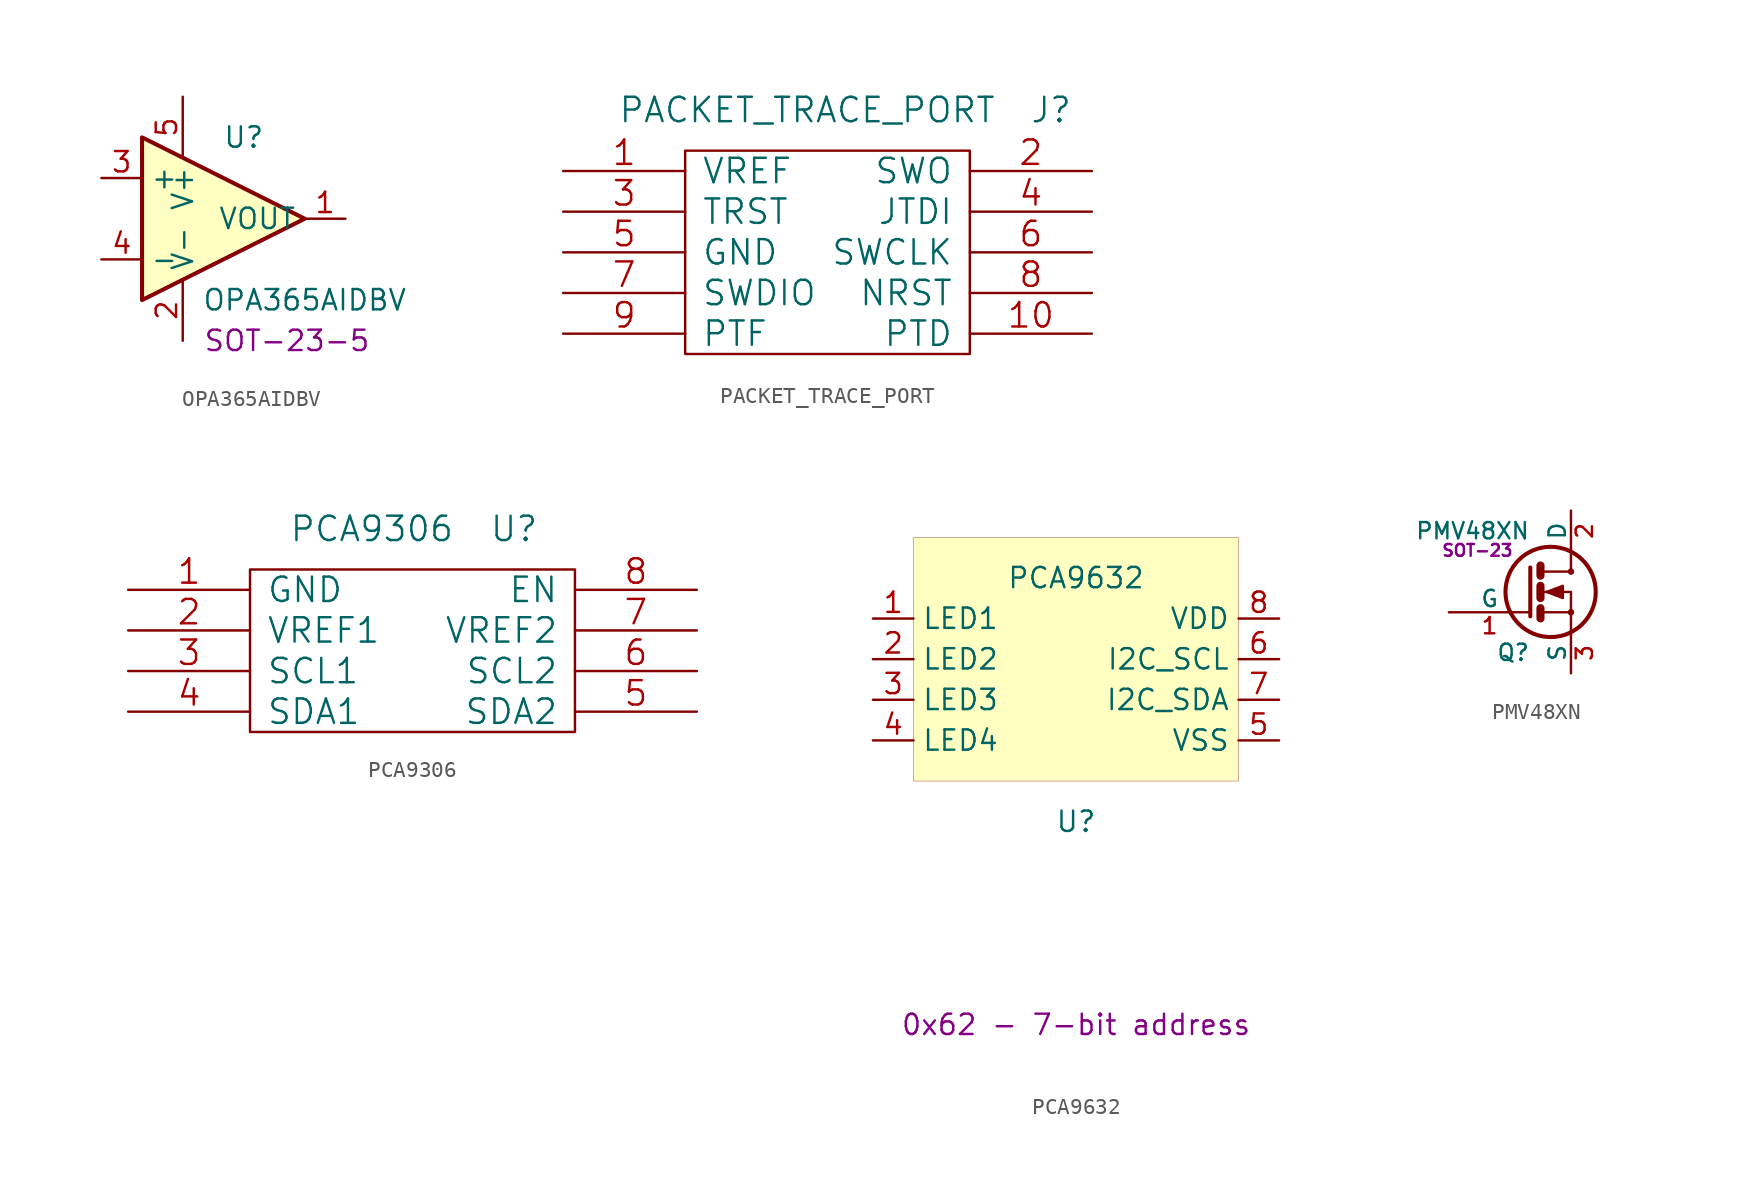
<source format=kicad_sym>
(kicad_symbol_lib
  (version 20211014)
  (generator kicad_symbol_editor)
  (symbol "OPA365AIDBV"
    (property "Reference" "U"
      (at 1.27 5.08 0)
      (effects (font (size 1.27 1.27))))
    (property "Value" "OPA365AIDBV"
      (at 5.08 -5.08 0)
      (effects (font (size 1.27 1.27))))
    (property "Footprint" "SOT-23-5"
      (at -1.27 -7.62 0)
      (effects (font (size 1.27 1.27)) (justify left)))
    (property "Datasheet" ""
      (at 1.27 5.08 0)
      (effects (font (size 1.27 1.27))))
    (symbol "OPA365AIDBV_0_1"
      (polyline (pts (xy -5.08 5.08) (xy 5.08 0) (xy -5.08 -5.08) (xy -5.08 5.08)) (stroke (width 0.254) (type default) (color 0 0 0 0)) (fill (type background))))
    (symbol "OPA365AIDBV_1_1"
      (pin output line (at 7.62 0 180) (length 2.54) (name "VOUT" (effects (font (size 1.27 1.27)))) (number "1" (effects (font (size 1.27 1.27)))))
      (pin input line (at -2.54 -7.62 90) (length 3.81) (name "V-" (effects (font (size 1.27 1.27)))) (number "2" (effects (font (size 1.27 1.27)))))
      (pin input line (at -7.62 2.54 0) (length 2.54) (name "+" (effects (font (size 1.27 1.27)))) (number "3" (effects (font (size 1.27 1.27)))))
      (pin input line (at -7.62 -2.54 0) (length 2.54) (name "-" (effects (font (size 1.27 1.27)))) (number "4" (effects (font (size 1.27 1.27)))))
      (pin input line (at -2.54 7.62 270) (length 3.81) (name "V+" (effects (font (size 1.27 1.27)))) (number "5" (effects (font (size 1.27 1.27)))))))
  (symbol "PACKET_TRACE_PORT"
    (pin_names
      (offset 1.016))
    (property "Reference" "J"
      (at 13.97 8.89 0)
      (effects (font (size 1.524 1.524))))
    (property "Value" "PACKET_TRACE_PORT"
      (at -1.27 8.89 0)
      (effects (font (size 1.524 1.524))))
    (property "Footprint" ""
      (at -1.27 8.89 0)
      (effects (font (size 1.524 1.524))))
    (property "Datasheet" ""
      (at -1.27 8.89 0)
      (effects (font (size 1.524 1.524))))
    (symbol "PACKET_TRACE_PORT_0_1"
      (rectangle (start -8.89 6.35) (end 8.89 -6.35) (stroke (width 0) (type default) (color 0 0 0 0)) (fill (type none))))
    (symbol "PACKET_TRACE_PORT_1_1"
      (pin input line (at -16.51 5.08 0) (length 7.62) (name "VREF" (effects (font (size 1.524 1.524)))) (number "1" (effects (font (size 1.524 1.524)))))
      (pin input line (at 16.51 -5.08 180) (length 7.62) (name "PTD" (effects (font (size 1.524 1.524)))) (number "10" (effects (font (size 1.524 1.524)))))
      (pin input line (at 16.51 5.08 180) (length 7.62) (name "SWO" (effects (font (size 1.524 1.524)))) (number "2" (effects (font (size 1.524 1.524)))))
      (pin input line (at -16.51 2.54 0) (length 7.62) (name "TRST" (effects (font (size 1.524 1.524)))) (number "3" (effects (font (size 1.524 1.524)))))
      (pin input line (at 16.51 2.54 180) (length 7.62) (name "JTDI" (effects (font (size 1.524 1.524)))) (number "4" (effects (font (size 1.524 1.524)))))
      (pin input line (at -16.51 0 0) (length 7.62) (name "GND" (effects (font (size 1.524 1.524)))) (number "5" (effects (font (size 1.524 1.524)))))
      (pin input line (at 16.51 0 180) (length 7.62) (name "SWCLK" (effects (font (size 1.524 1.524)))) (number "6" (effects (font (size 1.524 1.524)))))
      (pin input line (at -16.51 -2.54 0) (length 7.62) (name "SWDIO" (effects (font (size 1.524 1.524)))) (number "7" (effects (font (size 1.524 1.524)))))
      (pin input line (at 16.51 -2.54 180) (length 7.62) (name "NRST" (effects (font (size 1.524 1.524)))) (number "8" (effects (font (size 1.524 1.524)))))
      (pin input line (at -16.51 -5.08 0) (length 7.62) (name "PTF" (effects (font (size 1.524 1.524)))) (number "9" (effects (font (size 1.524 1.524)))))))
  (symbol "PCA9306"
    (pin_names
      (offset 1.016))
    (property "Reference" "U"
      (at 6.35 7.62 0)
      (effects (font (size 1.524 1.524))))
    (property "Value" "PCA9306"
      (at -2.54 7.62 0)
      (effects (font (size 1.524 1.524))))
    (property "Footprint" ""
      (at -2.54 7.62 0)
      (effects (font (size 1.524 1.524))))
    (property "Datasheet" ""
      (at -2.54 7.62 0)
      (effects (font (size 1.524 1.524))))
    (symbol "PCA9306_0_1"
      (rectangle (start -10.16 5.08) (end 10.16 -5.08) (stroke (width 0) (type default) (color 0 0 0 0)) (fill (type none))))
    (symbol "PCA9306_1_1"
      (pin input line (at -17.78 3.81 0) (length 7.62) (name "GND" (effects (font (size 1.524 1.524)))) (number "1" (effects (font (size 1.524 1.524)))))
      (pin input line (at -17.78 1.27 0) (length 7.62) (name "VREF1" (effects (font (size 1.524 1.524)))) (number "2" (effects (font (size 1.524 1.524)))))
      (pin input line (at -17.78 -1.27 0) (length 7.62) (name "SCL1" (effects (font (size 1.524 1.524)))) (number "3" (effects (font (size 1.524 1.524)))))
      (pin input line (at -17.78 -3.81 0) (length 7.62) (name "SDA1" (effects (font (size 1.524 1.524)))) (number "4" (effects (font (size 1.524 1.524)))))
      (pin input line (at 17.78 -3.81 180) (length 7.62) (name "SDA2" (effects (font (size 1.524 1.524)))) (number "5" (effects (font (size 1.524 1.524)))))
      (pin input line (at 17.78 -1.27 180) (length 7.62) (name "SCL2" (effects (font (size 1.524 1.524)))) (number "6" (effects (font (size 1.524 1.524)))))
      (pin input line (at 17.78 1.27 180) (length 7.62) (name "VREF2" (effects (font (size 1.524 1.524)))) (number "7" (effects (font (size 1.524 1.524)))))
      (pin input line (at 17.78 3.81 180) (length 7.62) (name "EN" (effects (font (size 1.524 1.524)))) (number "8" (effects (font (size 1.524 1.524)))))))
  (symbol "PCA9632"
    (property "Reference" "U"
      (at 0 -10.16 0)
      (effects (font (size 1.27 1.27))))
    (property "Value" "PCA9632"
      (at 0 5.08 0)
      (effects (font (size 1.27 1.27))))
    (property "Address" "0x62 - 7-bit address"
      (at 0 -22.86 0)
      (effects (font (size 1.27 1.27))))
    (symbol "PCA9632_0_1"
      (rectangle (start -10.16 7.62) (end 10.16 -7.62) (stroke (width 0.001) (type default) (color 0 0 0 0)) (fill (type background))))
    (symbol "PCA9632_1_1"
      (pin input line (at -12.7 2.54 0) (length 2.54) (name "LED1" (effects (font (size 1.27 1.27)))) (number "1" (effects (font (size 1.27 1.27)))))
      (pin input line (at -12.7 0 0) (length 2.54) (name "LED2" (effects (font (size 1.27 1.27)))) (number "2" (effects (font (size 1.27 1.27)))))
      (pin input line (at -12.7 -2.54 0) (length 2.54) (name "LED3" (effects (font (size 1.27 1.27)))) (number "3" (effects (font (size 1.27 1.27)))))
      (pin input line (at -12.7 -5.08 0) (length 2.54) (name "LED4" (effects (font (size 1.27 1.27)))) (number "4" (effects (font (size 1.27 1.27)))))
      (pin power_in line (at 12.7 -5.08 180) (length 2.54) (name "VSS" (effects (font (size 1.27 1.27)))) (number "5" (effects (font (size 1.27 1.27)))))
      (pin bidirectional line (at 12.7 0 180) (length 2.54) (name "I2C_SCL" (effects (font (size 1.27 1.27)))) (number "6" (effects (font (size 1.27 1.27)))))
      (pin bidirectional line (at 12.7 -2.54 180) (length 2.54) (name "I2C_SDA" (effects (font (size 1.27 1.27)))) (number "7" (effects (font (size 1.27 1.27)))))
      (pin power_in line (at 12.7 2.54 180) (length 2.54) (name "VDD" (effects (font (size 1.27 1.27)))) (number "8" (effects (font (size 1.27 1.27)))))))
  (symbol "PMV48XN"
    (pin_names
      (offset 0))
    (property "Reference" "Q"
      (at 0 -3.785 0)
      (effects (font (size 1.016 1.016)) (justify right)))
    (property "Value" "PMV48XN"
      (at 0 3.81 0)
      (effects (font (size 1.016 1.016)) (justify right)))
    (property "Footprint" "SOT-23"
      (at -3.302 2.591 0)
      (effects (font (size 0.737 0.737))))
    (property "Datasheet" ""
      (at 7.62 3.81 0)
      (effects (font (size 1.524 1.524))))
    (symbol "PMV48XN_0_1"
      (polyline (pts (xy 0.635 -1.016) (xy 0.635 -1.651)) (stroke (width 0.508) (type default) (color 0 0 0 0)) (fill (type none)))
      (polyline (pts (xy 0.635 0.381) (xy 0.635 -0.381)) (stroke (width 0.508) (type default) (color 0 0 0 0)) (fill (type none)))
      (polyline (pts (xy 0.635 1.651) (xy 0.635 1.016)) (stroke (width 0.508) (type default) (color 0 0 0 0)) (fill (type none)))
      (polyline (pts (xy 0 1.524) (xy 0 -1.524) (xy 0 -1.524)) (stroke (width 0.254) (type default) (color 0 0 0 0)) (fill (type none)))
      (polyline (pts (xy 0.762 -1.27) (xy 2.54 -1.27) (xy 2.54 -2.54) (xy 2.54 -2.54)) (stroke (width 0) (type default) (color 0 0 0 0)) (fill (type none)))
      (polyline (pts (xy 0.762 1.27) (xy 2.54 1.27) (xy 2.54 2.54) (xy 2.54 2.54)) (stroke (width 0) (type default) (color 0 0 0 0)) (fill (type none)))
      (polyline (pts (xy 0.762 0) (xy 1.27 0) (xy 2.54 0) (xy 2.54 -1.27) (xy 2.54 -1.27)) (stroke (width 0) (type default) (color 0 0 0 0)) (fill (type none)))
      (polyline (pts (xy 1.016 0) (xy 2.032 0.381) (xy 2.032 -0.381) (xy 1.016 0) (xy 2.032 0)) (stroke (width 0) (type default) (color 0 0 0 0)) (fill (type outline)))
      (circle (center 1.27 0) (radius 2.819) (stroke (width 0.254) (type default) (color 0 0 0 0)) (fill (type none)))
      (circle (center 2.54 -1.27) (radius 0.127) (stroke (width 0) (type default) (color 0 0 0 0)) (fill (type none)))
      (circle (center 2.54 1.27) (radius 0.127) (stroke (width 0) (type default) (color 0 0 0 0)) (fill (type none))))
    (symbol "PMV48XN_1_1"
      (pin input line (at -5.08 -1.27 0) (length 5.08) (name "G" (effects (font (size 1.016 1.016)))) (number "1" (effects (font (size 1.016 1.016)))))
      (pin passive line (at 2.54 5.08 270) (length 2.54) (name "D" (effects (font (size 1.016 1.016)))) (number "2" (effects (font (size 1.016 1.016)))))
      (pin passive line (at 2.54 -5.08 90) (length 2.54) (name "S" (effects (font (size 1.016 1.016)))) (number "3" (effects (font (size 1.016 1.016))))))))
</source>
